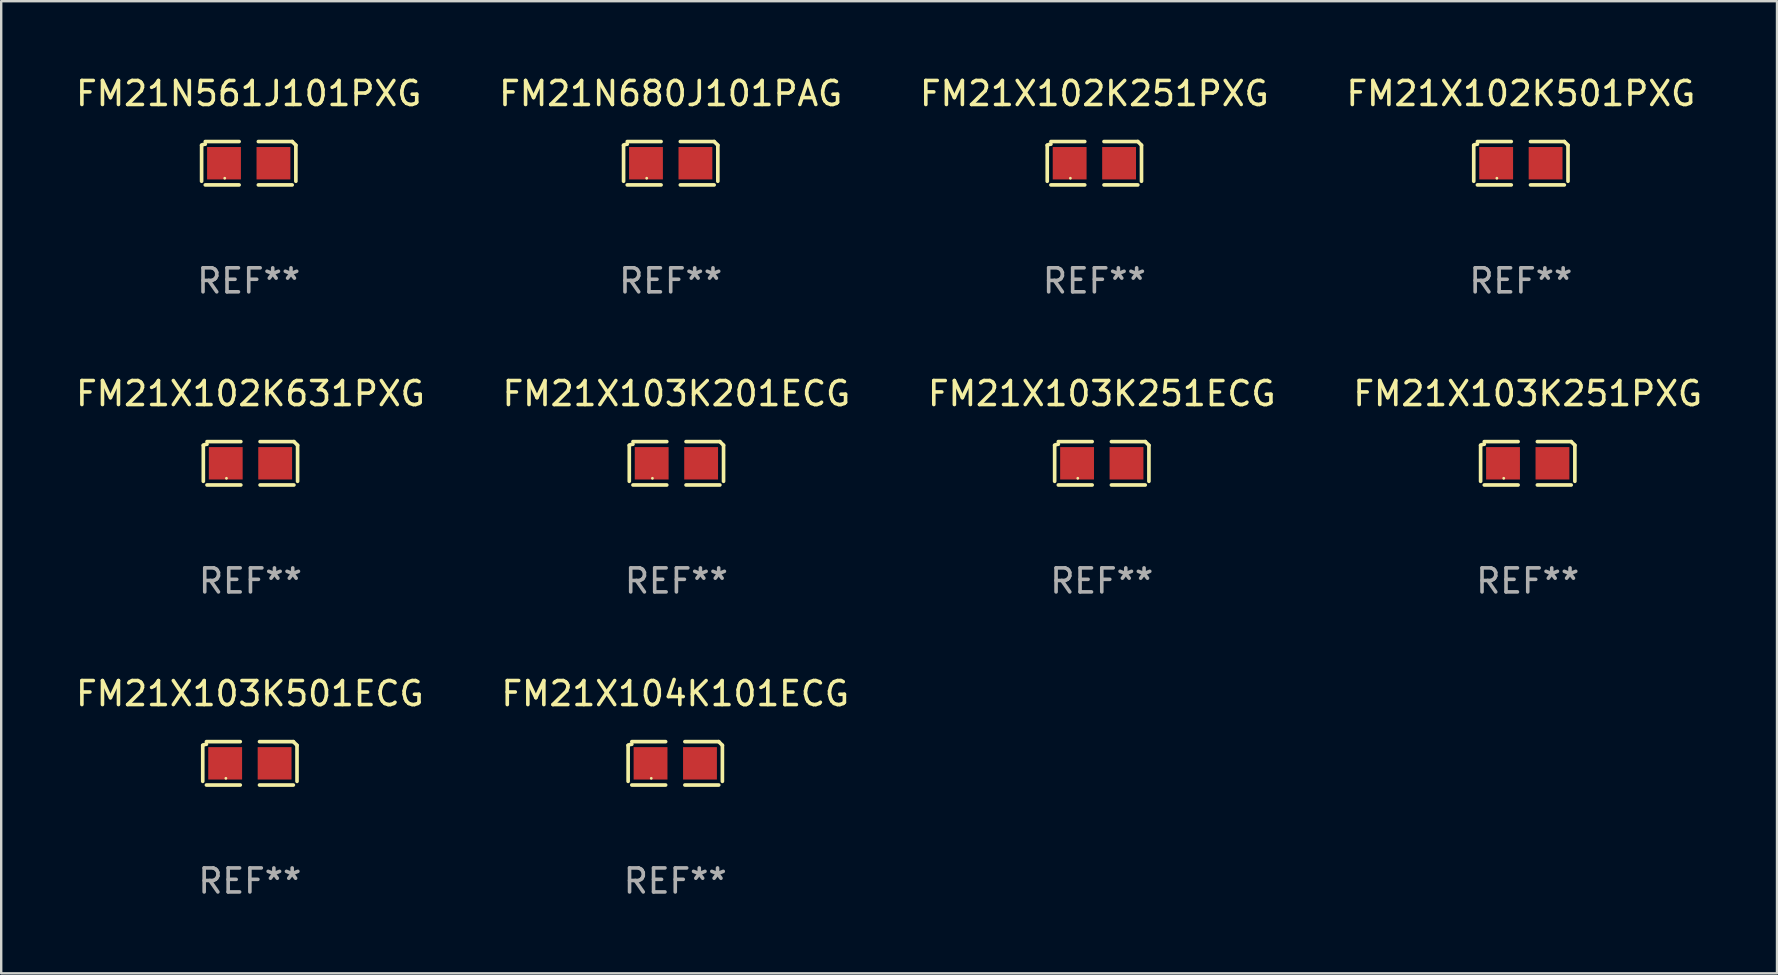
<source format=kicad_pcb>
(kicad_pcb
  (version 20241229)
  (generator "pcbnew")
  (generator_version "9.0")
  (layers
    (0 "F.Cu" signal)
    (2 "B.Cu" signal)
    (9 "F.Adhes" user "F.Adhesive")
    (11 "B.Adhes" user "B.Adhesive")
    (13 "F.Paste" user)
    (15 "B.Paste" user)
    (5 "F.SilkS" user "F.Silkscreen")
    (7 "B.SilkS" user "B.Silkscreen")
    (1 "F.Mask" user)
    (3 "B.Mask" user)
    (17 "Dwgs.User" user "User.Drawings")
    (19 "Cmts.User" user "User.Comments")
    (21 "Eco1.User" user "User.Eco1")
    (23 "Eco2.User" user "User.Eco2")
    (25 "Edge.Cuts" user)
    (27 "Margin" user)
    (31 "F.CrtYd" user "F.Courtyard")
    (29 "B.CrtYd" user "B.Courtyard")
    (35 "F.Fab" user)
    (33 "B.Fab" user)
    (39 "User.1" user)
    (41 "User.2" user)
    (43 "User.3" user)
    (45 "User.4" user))
  (footprint "FM21N561J101PXG"
    (layer "F.Cu")
    (at 7.315 3.752)
    (property "Reference" "FM21N561J101PXG" (at 0 -2.904 0) (layer "F.SilkS") (effects (font (size 1 1) (thickness 0.15))))
    (attr through_hole)
    (fp_line (start -1.964 0.751) (end -1.964 -0.751) (stroke (width 0.152) (type solid)) (layer "F.SilkS"))
    (fp_line (start -1.811 -0.904) (end -0.401 -0.904) (stroke (width 0.152) (type solid)) (layer "F.SilkS"))
    (fp_line (start -0.401 0.904) (end -1.811 0.904) (stroke (width 0.152) (type solid)) (layer "F.SilkS"))
    (fp_line (start 0.401 0.904) (end 1.811 0.904) (stroke (width 0.152) (type solid)) (layer "F.SilkS"))
    (fp_line (start 1.811 -0.904) (end 0.401 -0.904) (stroke (width 0.152) (type solid)) (layer "F.SilkS"))
    (fp_line (start 1.964 0.751) (end 1.964 -0.751) (stroke (width 0.152) (type solid)) (layer "F.SilkS"))
    (fp_arc (start -1.963602 -0.751207) (mid -1.890354 -0.783131) (end -1.811201 -0.794044) (stroke (width 0.1524) (type solid)) (layer "F.SilkS"))
    (fp_arc (start 1.811202 -0.903607) (mid 1.887413 -0.827418) (end 1.963602 -0.751207) (stroke (width 0.1524) (type solid)) (layer "F.SilkS"))
    (fp_circle (center -1 0.625) (end -0.97 0.625) (stroke (width 0.06) (type solid)) (fill no) (layer "F.SilkS"))
    (fp_text user "REF**" (at 0 4.904 0) (layer "F.Fab") (effects (font (size 1 1) (thickness 0.15))))
    (pad "1" smd rect (at -1.03 0) (size 1.41 1.35) (layers "F.Cu" "F.Mask" "F.Paste"))
    (pad "2" smd rect (at 1.03 0) (size 1.41 1.35) (layers "F.Cu" "F.Mask" "F.Paste")))
  (footprint "FM21X104K101ECG"
    (layer "F.Cu")
    (at 25.089 28.759)
    (property "Reference" "FM21X104K101ECG" (at 0 -2.904 0) (layer "F.SilkS") (effects (font (size 1 1) (thickness 0.15))))
    (attr through_hole)
    (fp_line (start -1.964 0.751) (end -1.964 -0.751) (stroke (width 0.152) (type solid)) (layer "F.SilkS"))
    (fp_line (start -1.811 -0.904) (end -0.401 -0.904) (stroke (width 0.152) (type solid)) (layer "F.SilkS"))
    (fp_line (start -0.401 0.904) (end -1.811 0.904) (stroke (width 0.152) (type solid)) (layer "F.SilkS"))
    (fp_line (start 0.401 0.904) (end 1.811 0.904) (stroke (width 0.152) (type solid)) (layer "F.SilkS"))
    (fp_line (start 1.811 -0.904) (end 0.401 -0.904) (stroke (width 0.152) (type solid)) (layer "F.SilkS"))
    (fp_line (start 1.964 0.751) (end 1.964 -0.751) (stroke (width 0.152) (type solid)) (layer "F.SilkS"))
    (fp_arc (start -1.963602 -0.751207) (mid -1.890354 -0.783131) (end -1.811201 -0.794044) (stroke (width 0.1524) (type solid)) (layer "F.SilkS"))
    (fp_arc (start 1.811202 -0.903607) (mid 1.887413 -0.827418) (end 1.963602 -0.751207) (stroke (width 0.1524) (type solid)) (layer "F.SilkS"))
    (fp_circle (center -1 0.625) (end -0.97 0.625) (stroke (width 0.06) (type solid)) (fill no) (layer "F.SilkS"))
    (fp_text user "REF**" (at 0 4.904 0) (layer "F.Fab") (effects (font (size 1 1) (thickness 0.15))))
    (pad "1" smd rect (at -1.03 0) (size 1.41 1.35) (layers "F.Cu" "F.Mask" "F.Paste"))
    (pad "2" smd rect (at 1.03 0) (size 1.41 1.35) (layers "F.Cu" "F.Mask" "F.Paste")))
  (footprint "FM21X103K501ECG"
    (layer "F.Cu")
    (at 7.363 28.759)
    (property "Reference" "FM21X103K501ECG" (at 0 -2.904 0) (layer "F.SilkS") (effects (font (size 1 1) (thickness 0.15))))
    (attr through_hole)
    (fp_line (start -1.964 0.751) (end -1.964 -0.751) (stroke (width 0.152) (type solid)) (layer "F.SilkS"))
    (fp_line (start -1.811 -0.904) (end -0.401 -0.904) (stroke (width 0.152) (type solid)) (layer "F.SilkS"))
    (fp_line (start -0.401 0.904) (end -1.811 0.904) (stroke (width 0.152) (type solid)) (layer "F.SilkS"))
    (fp_line (start 0.401 0.904) (end 1.811 0.904) (stroke (width 0.152) (type solid)) (layer "F.SilkS"))
    (fp_line (start 1.811 -0.904) (end 0.401 -0.904) (stroke (width 0.152) (type solid)) (layer "F.SilkS"))
    (fp_line (start 1.964 0.751) (end 1.964 -0.751) (stroke (width 0.152) (type solid)) (layer "F.SilkS"))
    (fp_arc (start -1.963602 -0.751207) (mid -1.890354 -0.783131) (end -1.811201 -0.794044) (stroke (width 0.1524) (type solid)) (layer "F.SilkS"))
    (fp_arc (start 1.811202 -0.903607) (mid 1.887413 -0.827418) (end 1.963602 -0.751207) (stroke (width 0.1524) (type solid)) (layer "F.SilkS"))
    (fp_circle (center -1 0.625) (end -0.97 0.625) (stroke (width 0.06) (type solid)) (fill no) (layer "F.SilkS"))
    (fp_text user "REF**" (at 0 4.904 0) (layer "F.Fab") (effects (font (size 1 1) (thickness 0.15))))
    (pad "1" smd rect (at -1.03 0) (size 1.41 1.35) (layers "F.Cu" "F.Mask" "F.Paste"))
    (pad "2" smd rect (at 1.03 0) (size 1.41 1.35) (layers "F.Cu" "F.Mask" "F.Paste")))
  (footprint "FM21X103K251ECG"
    (layer "F.Cu")
    (at 42.863 16.256)
    (property "Reference" "FM21X103K251ECG" (at 0 -2.904 0) (layer "F.SilkS") (effects (font (size 1 1) (thickness 0.15))))
    (attr through_hole)
    (fp_line (start -1.964 0.751) (end -1.964 -0.751) (stroke (width 0.152) (type solid)) (layer "F.SilkS"))
    (fp_line (start -1.811 -0.904) (end -0.401 -0.904) (stroke (width 0.152) (type solid)) (layer "F.SilkS"))
    (fp_line (start -0.401 0.904) (end -1.811 0.904) (stroke (width 0.152) (type solid)) (layer "F.SilkS"))
    (fp_line (start 0.401 0.904) (end 1.811 0.904) (stroke (width 0.152) (type solid)) (layer "F.SilkS"))
    (fp_line (start 1.811 -0.904) (end 0.401 -0.904) (stroke (width 0.152) (type solid)) (layer "F.SilkS"))
    (fp_line (start 1.964 0.751) (end 1.964 -0.751) (stroke (width 0.152) (type solid)) (layer "F.SilkS"))
    (fp_arc (start -1.963602 -0.751207) (mid -1.890354 -0.783131) (end -1.811201 -0.794044) (stroke (width 0.1524) (type solid)) (layer "F.SilkS"))
    (fp_arc (start 1.811202 -0.903607) (mid 1.887413 -0.827418) (end 1.963602 -0.751207) (stroke (width 0.1524) (type solid)) (layer "F.SilkS"))
    (fp_circle (center -1 0.625) (end -0.97 0.625) (stroke (width 0.06) (type solid)) (fill no) (layer "F.SilkS"))
    (fp_text user "REF**" (at 0 4.904 0) (layer "F.Fab") (effects (font (size 1 1) (thickness 0.15))))
    (pad "1" smd rect (at -1.03 0) (size 1.41 1.35) (layers "F.Cu" "F.Mask" "F.Paste"))
    (pad "2" smd rect (at 1.03 0) (size 1.41 1.35) (layers "F.Cu" "F.Mask" "F.Paste")))
  (footprint "FM21X103K251PXG"
    (layer "F.Cu")
    (at 60.613 16.256)
    (property "Reference" "FM21X103K251PXG" (at 0 -2.904 0) (layer "F.SilkS") (effects (font (size 1 1) (thickness 0.15))))
    (attr through_hole)
    (fp_line (start -1.964 0.751) (end -1.964 -0.751) (stroke (width 0.152) (type solid)) (layer "F.SilkS"))
    (fp_line (start -1.811 -0.904) (end -0.401 -0.904) (stroke (width 0.152) (type solid)) (layer "F.SilkS"))
    (fp_line (start -0.401 0.904) (end -1.811 0.904) (stroke (width 0.152) (type solid)) (layer "F.SilkS"))
    (fp_line (start 0.401 0.904) (end 1.811 0.904) (stroke (width 0.152) (type solid)) (layer "F.SilkS"))
    (fp_line (start 1.811 -0.904) (end 0.401 -0.904) (stroke (width 0.152) (type solid)) (layer "F.SilkS"))
    (fp_line (start 1.964 0.751) (end 1.964 -0.751) (stroke (width 0.152) (type solid)) (layer "F.SilkS"))
    (fp_arc (start -1.963602 -0.751207) (mid -1.890354 -0.783131) (end -1.811201 -0.794044) (stroke (width 0.1524) (type solid)) (layer "F.SilkS"))
    (fp_arc (start 1.811202 -0.903607) (mid 1.887413 -0.827418) (end 1.963602 -0.751207) (stroke (width 0.1524) (type solid)) (layer "F.SilkS"))
    (fp_circle (center -1 0.625) (end -0.97 0.625) (stroke (width 0.06) (type solid)) (fill no) (layer "F.SilkS"))
    (fp_text user "REF**" (at 0 4.904 0) (layer "F.Fab") (effects (font (size 1 1) (thickness 0.15))))
    (pad "1" smd rect (at -1.03 0) (size 1.41 1.35) (layers "F.Cu" "F.Mask" "F.Paste"))
    (pad "2" smd rect (at 1.03 0) (size 1.41 1.35) (layers "F.Cu" "F.Mask" "F.Paste")))
  (footprint "FM21X103K201ECG"
    (layer "F.Cu")
    (at 25.137 16.256)
    (property "Reference" "FM21X103K201ECG" (at 0 -2.904 0) (layer "F.SilkS") (effects (font (size 1 1) (thickness 0.15))))
    (attr through_hole)
    (fp_line (start -1.964 0.751) (end -1.964 -0.751) (stroke (width 0.152) (type solid)) (layer "F.SilkS"))
    (fp_line (start -1.811 -0.904) (end -0.401 -0.904) (stroke (width 0.152) (type solid)) (layer "F.SilkS"))
    (fp_line (start -0.401 0.904) (end -1.811 0.904) (stroke (width 0.152) (type solid)) (layer "F.SilkS"))
    (fp_line (start 0.401 0.904) (end 1.811 0.904) (stroke (width 0.152) (type solid)) (layer "F.SilkS"))
    (fp_line (start 1.811 -0.904) (end 0.401 -0.904) (stroke (width 0.152) (type solid)) (layer "F.SilkS"))
    (fp_line (start 1.964 0.751) (end 1.964 -0.751) (stroke (width 0.152) (type solid)) (layer "F.SilkS"))
    (fp_arc (start -1.963602 -0.751207) (mid -1.890354 -0.783131) (end -1.811201 -0.794044) (stroke (width 0.1524) (type solid)) (layer "F.SilkS"))
    (fp_arc (start 1.811202 -0.903607) (mid 1.887413 -0.827418) (end 1.963602 -0.751207) (stroke (width 0.1524) (type solid)) (layer "F.SilkS"))
    (fp_circle (center -1 0.625) (end -0.97 0.625) (stroke (width 0.06) (type solid)) (fill no) (layer "F.SilkS"))
    (fp_text user "REF**" (at 0 4.904 0) (layer "F.Fab") (effects (font (size 1 1) (thickness 0.15))))
    (pad "1" smd rect (at -1.03 0) (size 1.41 1.35) (layers "F.Cu" "F.Mask" "F.Paste"))
    (pad "2" smd rect (at 1.03 0) (size 1.41 1.35) (layers "F.Cu" "F.Mask" "F.Paste")))
  (footprint "FM21N680J101PAG"
    (layer "F.Cu")
    (at 24.899 3.752)
    (property "Reference" "FM21N680J101PAG" (at 0 -2.904 0) (layer "F.SilkS") (effects (font (size 1 1) (thickness 0.15))))
    (attr through_hole)
    (fp_line (start -1.964 0.751) (end -1.964 -0.751) (stroke (width 0.152) (type solid)) (layer "F.SilkS"))
    (fp_line (start -1.811 -0.904) (end -0.401 -0.904) (stroke (width 0.152) (type solid)) (layer "F.SilkS"))
    (fp_line (start -0.401 0.904) (end -1.811 0.904) (stroke (width 0.152) (type solid)) (layer "F.SilkS"))
    (fp_line (start 0.401 0.904) (end 1.811 0.904) (stroke (width 0.152) (type solid)) (layer "F.SilkS"))
    (fp_line (start 1.811 -0.904) (end 0.401 -0.904) (stroke (width 0.152) (type solid)) (layer "F.SilkS"))
    (fp_line (start 1.964 0.751) (end 1.964 -0.751) (stroke (width 0.152) (type solid)) (layer "F.SilkS"))
    (fp_arc (start -1.963602 -0.751207) (mid -1.890354 -0.783131) (end -1.811201 -0.794044) (stroke (width 0.1524) (type solid)) (layer "F.SilkS"))
    (fp_arc (start 1.811202 -0.903607) (mid 1.887413 -0.827418) (end 1.963602 -0.751207) (stroke (width 0.1524) (type solid)) (layer "F.SilkS"))
    (fp_circle (center -1 0.625) (end -0.97 0.625) (stroke (width 0.06) (type solid)) (fill no) (layer "F.SilkS"))
    (fp_text user "REF**" (at 0 4.904 0) (layer "F.Fab") (effects (font (size 1 1) (thickness 0.15))))
    (pad "1" smd rect (at -1.03 0) (size 1.41 1.35) (layers "F.Cu" "F.Mask" "F.Paste"))
    (pad "2" smd rect (at 1.03 0) (size 1.41 1.35) (layers "F.Cu" "F.Mask" "F.Paste")))
  (footprint "FM21X102K251PXG"
    (layer "F.Cu")
    (at 42.554 3.752)
    (property "Reference" "FM21X102K251PXG" (at 0 -2.904 0) (layer "F.SilkS") (effects (font (size 1 1) (thickness 0.15))))
    (attr through_hole)
    (fp_line (start -1.964 0.751) (end -1.964 -0.751) (stroke (width 0.152) (type solid)) (layer "F.SilkS"))
    (fp_line (start -1.811 -0.904) (end -0.401 -0.904) (stroke (width 0.152) (type solid)) (layer "F.SilkS"))
    (fp_line (start -0.401 0.904) (end -1.811 0.904) (stroke (width 0.152) (type solid)) (layer "F.SilkS"))
    (fp_line (start 0.401 0.904) (end 1.811 0.904) (stroke (width 0.152) (type solid)) (layer "F.SilkS"))
    (fp_line (start 1.811 -0.904) (end 0.401 -0.904) (stroke (width 0.152) (type solid)) (layer "F.SilkS"))
    (fp_line (start 1.964 0.751) (end 1.964 -0.751) (stroke (width 0.152) (type solid)) (layer "F.SilkS"))
    (fp_arc (start -1.963602 -0.751207) (mid -1.890354 -0.783131) (end -1.811201 -0.794044) (stroke (width 0.1524) (type solid)) (layer "F.SilkS"))
    (fp_arc (start 1.811202 -0.903607) (mid 1.887413 -0.827418) (end 1.963602 -0.751207) (stroke (width 0.1524) (type solid)) (layer "F.SilkS"))
    (fp_circle (center -1 0.625) (end -0.97 0.625) (stroke (width 0.06) (type solid)) (fill no) (layer "F.SilkS"))
    (fp_text user "REF**" (at 0 4.904 0) (layer "F.Fab") (effects (font (size 1 1) (thickness 0.15))))
    (pad "1" smd rect (at -1.03 0) (size 1.41 1.35) (layers "F.Cu" "F.Mask" "F.Paste"))
    (pad "2" smd rect (at 1.03 0) (size 1.41 1.35) (layers "F.Cu" "F.Mask" "F.Paste")))
  (footprint "FM21X102K501PXG"
    (layer "F.Cu")
    (at 60.327 3.752)
    (property "Reference" "FM21X102K501PXG" (at 0 -2.904 0) (layer "F.SilkS") (effects (font (size 1 1) (thickness 0.15))))
    (attr through_hole)
    (fp_line (start -1.964 0.751) (end -1.964 -0.751) (stroke (width 0.152) (type solid)) (layer "F.SilkS"))
    (fp_line (start -1.811 -0.904) (end -0.401 -0.904) (stroke (width 0.152) (type solid)) (layer "F.SilkS"))
    (fp_line (start -0.401 0.904) (end -1.811 0.904) (stroke (width 0.152) (type solid)) (layer "F.SilkS"))
    (fp_line (start 0.401 0.904) (end 1.811 0.904) (stroke (width 0.152) (type solid)) (layer "F.SilkS"))
    (fp_line (start 1.811 -0.904) (end 0.401 -0.904) (stroke (width 0.152) (type solid)) (layer "F.SilkS"))
    (fp_line (start 1.964 0.751) (end 1.964 -0.751) (stroke (width 0.152) (type solid)) (layer "F.SilkS"))
    (fp_arc (start -1.963602 -0.751207) (mid -1.890354 -0.783131) (end -1.811201 -0.794044) (stroke (width 0.1524) (type solid)) (layer "F.SilkS"))
    (fp_arc (start 1.811202 -0.903607) (mid 1.887413 -0.827418) (end 1.963602 -0.751207) (stroke (width 0.1524) (type solid)) (layer "F.SilkS"))
    (fp_circle (center -1 0.625) (end -0.97 0.625) (stroke (width 0.06) (type solid)) (fill no) (layer "F.SilkS"))
    (fp_text user "REF**" (at 0 4.904 0) (layer "F.Fab") (effects (font (size 1 1) (thickness 0.15))))
    (pad "1" smd rect (at -1.03 0) (size 1.41 1.35) (layers "F.Cu" "F.Mask" "F.Paste"))
    (pad "2" smd rect (at 1.03 0) (size 1.41 1.35) (layers "F.Cu" "F.Mask" "F.Paste")))
  (footprint "FM21X102K631PXG"
    (layer "F.Cu")
    (at 7.387 16.256)
    (property "Reference" "FM21X102K631PXG" (at 0 -2.904 0) (layer "F.SilkS") (effects (font (size 1 1) (thickness 0.15))))
    (attr through_hole)
    (fp_line (start -1.964 0.751) (end -1.964 -0.751) (stroke (width 0.152) (type solid)) (layer "F.SilkS"))
    (fp_line (start -1.811 -0.904) (end -0.401 -0.904) (stroke (width 0.152) (type solid)) (layer "F.SilkS"))
    (fp_line (start -0.401 0.904) (end -1.811 0.904) (stroke (width 0.152) (type solid)) (layer "F.SilkS"))
    (fp_line (start 0.401 0.904) (end 1.811 0.904) (stroke (width 0.152) (type solid)) (layer "F.SilkS"))
    (fp_line (start 1.811 -0.904) (end 0.401 -0.904) (stroke (width 0.152) (type solid)) (layer "F.SilkS"))
    (fp_line (start 1.964 0.751) (end 1.964 -0.751) (stroke (width 0.152) (type solid)) (layer "F.SilkS"))
    (fp_arc (start -1.963602 -0.751207) (mid -1.890354 -0.783131) (end -1.811201 -0.794044) (stroke (width 0.1524) (type solid)) (layer "F.SilkS"))
    (fp_arc (start 1.811202 -0.903607) (mid 1.887413 -0.827418) (end 1.963602 -0.751207) (stroke (width 0.1524) (type solid)) (layer "F.SilkS"))
    (fp_circle (center -1 0.625) (end -0.97 0.625) (stroke (width 0.06) (type solid)) (fill no) (layer "F.SilkS"))
    (fp_text user "REF**" (at 0 4.904 0) (layer "F.Fab") (effects (font (size 1 1) (thickness 0.15))))
    (pad "1" smd rect (at -1.03 0) (size 1.41 1.35) (layers "F.Cu" "F.Mask" "F.Paste"))
    (pad "2" smd rect (at 1.03 0) (size 1.41 1.35) (layers "F.Cu" "F.Mask" "F.Paste")))
  (gr_rect
    (start -3 -3)
    (end 71 37.511)
    (stroke (width 0.1) (type default))
    (fill no)
    (layer "Edge.Cuts")))
</source>
